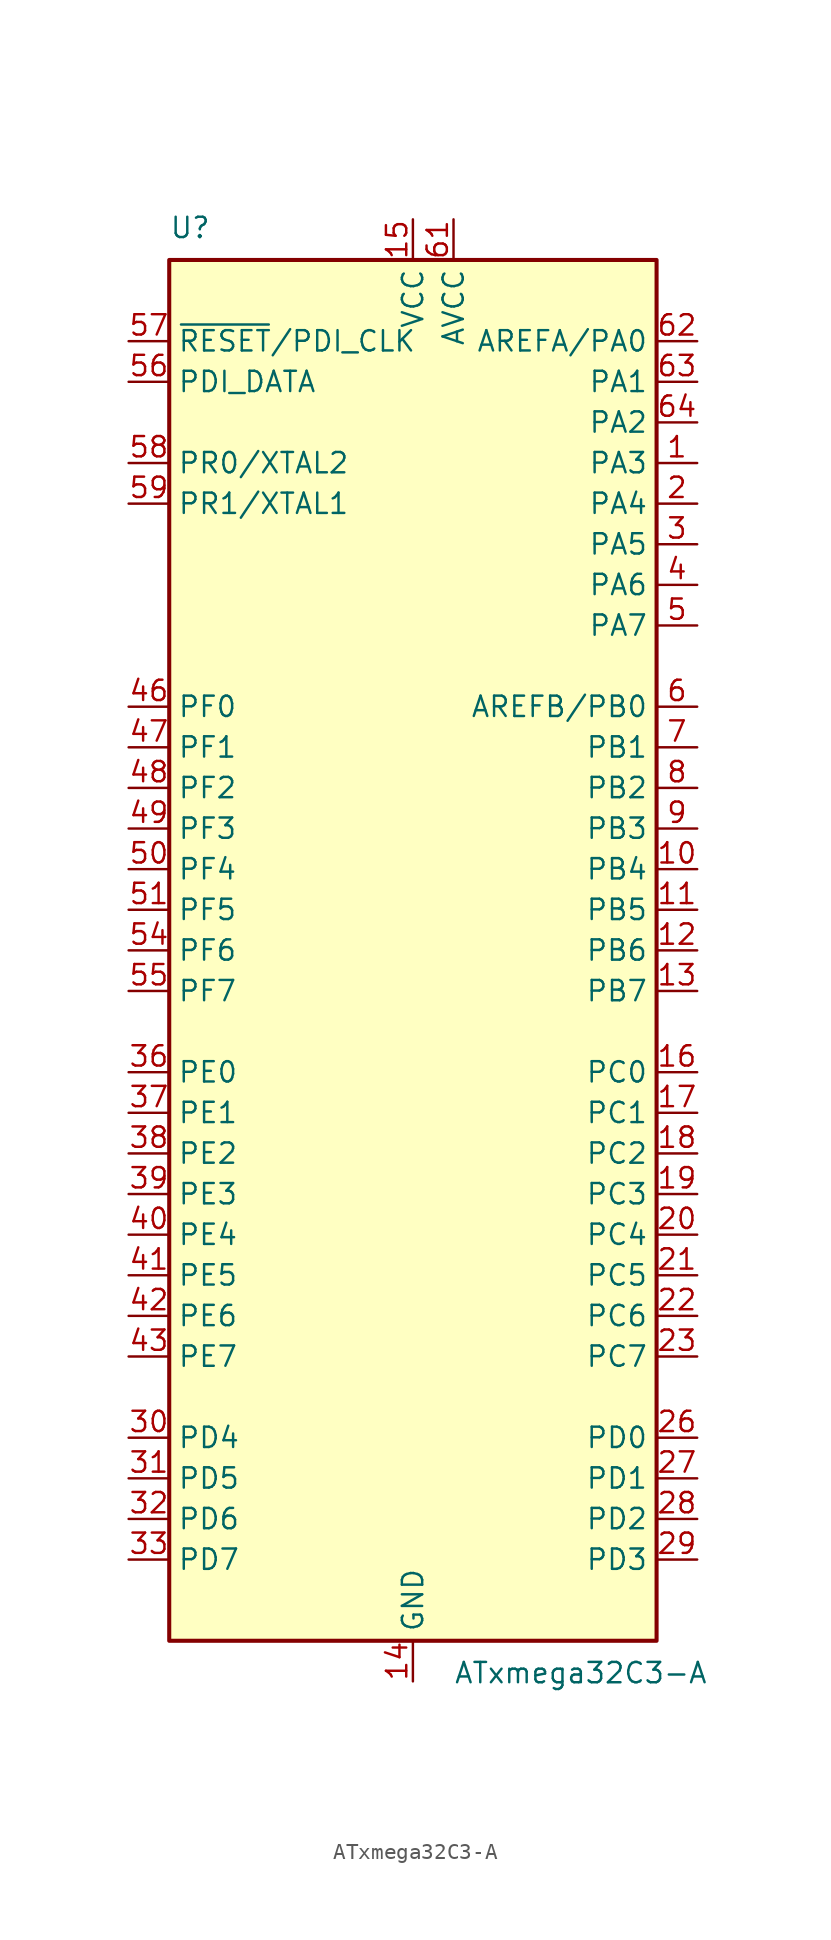
<source format=kicad_sym>
(kicad_symbol_lib
  (version 20211014)
  (generator kicad_symbol_editor)
  (symbol "ATxmega32C3-A"
    (property "Reference" "U"
      (at -15.24 44.45 0)
      (effects (font (size 1.27 1.27)) (justify left bottom)))
    (property "Value" "ATxmega32C3-A"
      (at 2.54 -44.45 0)
      (effects (font (size 1.27 1.27)) (justify left top)))
    (symbol "ATxmega32C3-A_0_1"
      (rectangle (start -15.24 -43.18) (end 15.24 43.18) (stroke (width 0.254) (type default) (color 0 0 0 0)) (fill (type background))))
    (symbol "ATxmega32C3-A_1_1"
      (pin bidirectional line (at 17.78 30.48 180) (length 2.54) (name "PA3" (effects (font (size 1.27 1.27)))) (number "1" (effects (font (size 1.27 1.27)))))
      (pin bidirectional line (at 17.78 5.08 180) (length 2.54) (name "PB4" (effects (font (size 1.27 1.27)))) (number "10" (effects (font (size 1.27 1.27)))))
      (pin bidirectional line (at 17.78 2.54 180) (length 2.54) (name "PB5" (effects (font (size 1.27 1.27)))) (number "11" (effects (font (size 1.27 1.27)))))
      (pin bidirectional line (at 17.78 0 180) (length 2.54) (name "PB6" (effects (font (size 1.27 1.27)))) (number "12" (effects (font (size 1.27 1.27)))))
      (pin bidirectional line (at 17.78 -2.54 180) (length 2.54) (name "PB7" (effects (font (size 1.27 1.27)))) (number "13" (effects (font (size 1.27 1.27)))))
      (pin power_in line (at 0 -45.72 90) (length 2.54) (name "GND" (effects (font (size 1.27 1.27)))) (number "14" (effects (font (size 1.27 1.27)))))
      (pin power_in line (at 0 45.72 270) (length 2.54) (name "VCC" (effects (font (size 1.27 1.27)))) (number "15" (effects (font (size 1.27 1.27)))))
      (pin bidirectional line (at 17.78 -7.62 180) (length 2.54) (name "PC0" (effects (font (size 1.27 1.27)))) (number "16" (effects (font (size 1.27 1.27)))))
      (pin bidirectional line (at 17.78 -10.16 180) (length 2.54) (name "PC1" (effects (font (size 1.27 1.27)))) (number "17" (effects (font (size 1.27 1.27)))))
      (pin bidirectional line (at 17.78 -12.7 180) (length 2.54) (name "PC2" (effects (font (size 1.27 1.27)))) (number "18" (effects (font (size 1.27 1.27)))))
      (pin bidirectional line (at 17.78 -15.24 180) (length 2.54) (name "PC3" (effects (font (size 1.27 1.27)))) (number "19" (effects (font (size 1.27 1.27)))))
      (pin bidirectional line (at 17.78 27.94 180) (length 2.54) (name "PA4" (effects (font (size 1.27 1.27)))) (number "2" (effects (font (size 1.27 1.27)))))
      (pin bidirectional line (at 17.78 -17.78 180) (length 2.54) (name "PC4" (effects (font (size 1.27 1.27)))) (number "20" (effects (font (size 1.27 1.27)))))
      (pin bidirectional line (at 17.78 -20.32 180) (length 2.54) (name "PC5" (effects (font (size 1.27 1.27)))) (number "21" (effects (font (size 1.27 1.27)))))
      (pin bidirectional line (at 17.78 -22.86 180) (length 2.54) (name "PC6" (effects (font (size 1.27 1.27)))) (number "22" (effects (font (size 1.27 1.27)))))
      (pin bidirectional line (at 17.78 -25.4 180) (length 2.54) (name "PC7" (effects (font (size 1.27 1.27)))) (number "23" (effects (font (size 1.27 1.27)))))
      (pin passive line (at 0 -45.72 90) (length 2.54) hide (name "GND" (effects (font (size 1.27 1.27)))) (number "24" (effects (font (size 1.27 1.27)))))
      (pin passive line (at 0 45.72 270) (length 2.54) hide (name "VCC" (effects (font (size 1.27 1.27)))) (number "25" (effects (font (size 1.27 1.27)))))
      (pin bidirectional line (at 17.78 -30.48 180) (length 2.54) (name "PD0" (effects (font (size 1.27 1.27)))) (number "26" (effects (font (size 1.27 1.27)))))
      (pin bidirectional line (at 17.78 -33.02 180) (length 2.54) (name "PD1" (effects (font (size 1.27 1.27)))) (number "27" (effects (font (size 1.27 1.27)))))
      (pin bidirectional line (at 17.78 -35.56 180) (length 2.54) (name "PD2" (effects (font (size 1.27 1.27)))) (number "28" (effects (font (size 1.27 1.27)))))
      (pin bidirectional line (at 17.78 -38.1 180) (length 2.54) (name "PD3" (effects (font (size 1.27 1.27)))) (number "29" (effects (font (size 1.27 1.27)))))
      (pin bidirectional line (at 17.78 25.4 180) (length 2.54) (name "PA5" (effects (font (size 1.27 1.27)))) (number "3" (effects (font (size 1.27 1.27)))))
      (pin bidirectional line (at -17.78 -30.48 0) (length 2.54) (name "PD4" (effects (font (size 1.27 1.27)))) (number "30" (effects (font (size 1.27 1.27)))))
      (pin bidirectional line (at -17.78 -33.02 0) (length 2.54) (name "PD5" (effects (font (size 1.27 1.27)))) (number "31" (effects (font (size 1.27 1.27)))))
      (pin bidirectional line (at -17.78 -35.56 0) (length 2.54) (name "PD6" (effects (font (size 1.27 1.27)))) (number "32" (effects (font (size 1.27 1.27)))))
      (pin bidirectional line (at -17.78 -38.1 0) (length 2.54) (name "PD7" (effects (font (size 1.27 1.27)))) (number "33" (effects (font (size 1.27 1.27)))))
      (pin passive line (at 0 -45.72 90) (length 2.54) hide (name "GND" (effects (font (size 1.27 1.27)))) (number "34" (effects (font (size 1.27 1.27)))))
      (pin passive line (at 0 45.72 270) (length 2.54) hide (name "VCC" (effects (font (size 1.27 1.27)))) (number "35" (effects (font (size 1.27 1.27)))))
      (pin bidirectional line (at -17.78 -7.62 0) (length 2.54) (name "PE0" (effects (font (size 1.27 1.27)))) (number "36" (effects (font (size 1.27 1.27)))))
      (pin bidirectional line (at -17.78 -10.16 0) (length 2.54) (name "PE1" (effects (font (size 1.27 1.27)))) (number "37" (effects (font (size 1.27 1.27)))))
      (pin bidirectional line (at -17.78 -12.7 0) (length 2.54) (name "PE2" (effects (font (size 1.27 1.27)))) (number "38" (effects (font (size 1.27 1.27)))))
      (pin bidirectional line (at -17.78 -15.24 0) (length 2.54) (name "PE3" (effects (font (size 1.27 1.27)))) (number "39" (effects (font (size 1.27 1.27)))))
      (pin bidirectional line (at 17.78 22.86 180) (length 2.54) (name "PA6" (effects (font (size 1.27 1.27)))) (number "4" (effects (font (size 1.27 1.27)))))
      (pin bidirectional line (at -17.78 -17.78 0) (length 2.54) (name "PE4" (effects (font (size 1.27 1.27)))) (number "40" (effects (font (size 1.27 1.27)))))
      (pin bidirectional line (at -17.78 -20.32 0) (length 2.54) (name "PE5" (effects (font (size 1.27 1.27)))) (number "41" (effects (font (size 1.27 1.27)))))
      (pin bidirectional line (at -17.78 -22.86 0) (length 2.54) (name "PE6" (effects (font (size 1.27 1.27)))) (number "42" (effects (font (size 1.27 1.27)))))
      (pin bidirectional line (at -17.78 -25.4 0) (length 2.54) (name "PE7" (effects (font (size 1.27 1.27)))) (number "43" (effects (font (size 1.27 1.27)))))
      (pin passive line (at 0 -45.72 90) (length 2.54) hide (name "GND" (effects (font (size 1.27 1.27)))) (number "44" (effects (font (size 1.27 1.27)))))
      (pin passive line (at 0 45.72 270) (length 2.54) hide (name "VCC" (effects (font (size 1.27 1.27)))) (number "45" (effects (font (size 1.27 1.27)))))
      (pin bidirectional line (at -17.78 15.24 0) (length 2.54) (name "PF0" (effects (font (size 1.27 1.27)))) (number "46" (effects (font (size 1.27 1.27)))))
      (pin bidirectional line (at -17.78 12.7 0) (length 2.54) (name "PF1" (effects (font (size 1.27 1.27)))) (number "47" (effects (font (size 1.27 1.27)))))
      (pin bidirectional line (at -17.78 10.16 0) (length 2.54) (name "PF2" (effects (font (size 1.27 1.27)))) (number "48" (effects (font (size 1.27 1.27)))))
      (pin bidirectional line (at -17.78 7.62 0) (length 2.54) (name "PF3" (effects (font (size 1.27 1.27)))) (number "49" (effects (font (size 1.27 1.27)))))
      (pin bidirectional line (at 17.78 20.32 180) (length 2.54) (name "PA7" (effects (font (size 1.27 1.27)))) (number "5" (effects (font (size 1.27 1.27)))))
      (pin bidirectional line (at -17.78 5.08 0) (length 2.54) (name "PF4" (effects (font (size 1.27 1.27)))) (number "50" (effects (font (size 1.27 1.27)))))
      (pin bidirectional line (at -17.78 2.54 0) (length 2.54) (name "PF5" (effects (font (size 1.27 1.27)))) (number "51" (effects (font (size 1.27 1.27)))))
      (pin passive line (at 0 -45.72 90) (length 2.54) hide (name "GND" (effects (font (size 1.27 1.27)))) (number "52" (effects (font (size 1.27 1.27)))))
      (pin passive line (at 0 45.72 270) (length 2.54) hide (name "VCC" (effects (font (size 1.27 1.27)))) (number "53" (effects (font (size 1.27 1.27)))))
      (pin bidirectional line (at -17.78 0 0) (length 2.54) (name "PF6" (effects (font (size 1.27 1.27)))) (number "54" (effects (font (size 1.27 1.27)))))
      (pin bidirectional line (at -17.78 -2.54 0) (length 2.54) (name "PF7" (effects (font (size 1.27 1.27)))) (number "55" (effects (font (size 1.27 1.27)))))
      (pin bidirectional line (at -17.78 35.56 0) (length 2.54) (name "PDI_DATA" (effects (font (size 1.27 1.27)))) (number "56" (effects (font (size 1.27 1.27)))))
      (pin input line (at -17.78 38.1 0) (length 2.54) (name "~{RESET}/PDI_CLK" (effects (font (size 1.27 1.27)))) (number "57" (effects (font (size 1.27 1.27)))))
      (pin bidirectional line (at -17.78 30.48 0) (length 2.54) (name "PR0/XTAL2" (effects (font (size 1.27 1.27)))) (number "58" (effects (font (size 1.27 1.27)))))
      (pin bidirectional line (at -17.78 27.94 0) (length 2.54) (name "PR1/XTAL1" (effects (font (size 1.27 1.27)))) (number "59" (effects (font (size 1.27 1.27)))))
      (pin bidirectional line (at 17.78 15.24 180) (length 2.54) (name "AREFB/PB0" (effects (font (size 1.27 1.27)))) (number "6" (effects (font (size 1.27 1.27)))))
      (pin passive line (at 0 -45.72 90) (length 2.54) hide (name "GND" (effects (font (size 1.27 1.27)))) (number "60" (effects (font (size 1.27 1.27)))))
      (pin power_in line (at 2.54 45.72 270) (length 2.54) (name "AVCC" (effects (font (size 1.27 1.27)))) (number "61" (effects (font (size 1.27 1.27)))))
      (pin bidirectional line (at 17.78 38.1 180) (length 2.54) (name "AREFA/PA0" (effects (font (size 1.27 1.27)))) (number "62" (effects (font (size 1.27 1.27)))))
      (pin bidirectional line (at 17.78 35.56 180) (length 2.54) (name "PA1" (effects (font (size 1.27 1.27)))) (number "63" (effects (font (size 1.27 1.27)))))
      (pin bidirectional line (at 17.78 33.02 180) (length 2.54) (name "PA2" (effects (font (size 1.27 1.27)))) (number "64" (effects (font (size 1.27 1.27)))))
      (pin bidirectional line (at 17.78 12.7 180) (length 2.54) (name "PB1" (effects (font (size 1.27 1.27)))) (number "7" (effects (font (size 1.27 1.27)))))
      (pin bidirectional line (at 17.78 10.16 180) (length 2.54) (name "PB2" (effects (font (size 1.27 1.27)))) (number "8" (effects (font (size 1.27 1.27)))))
      (pin bidirectional line (at 17.78 7.62 180) (length 2.54) (name "PB3" (effects (font (size 1.27 1.27)))) (number "9" (effects (font (size 1.27 1.27))))))))
</source>
